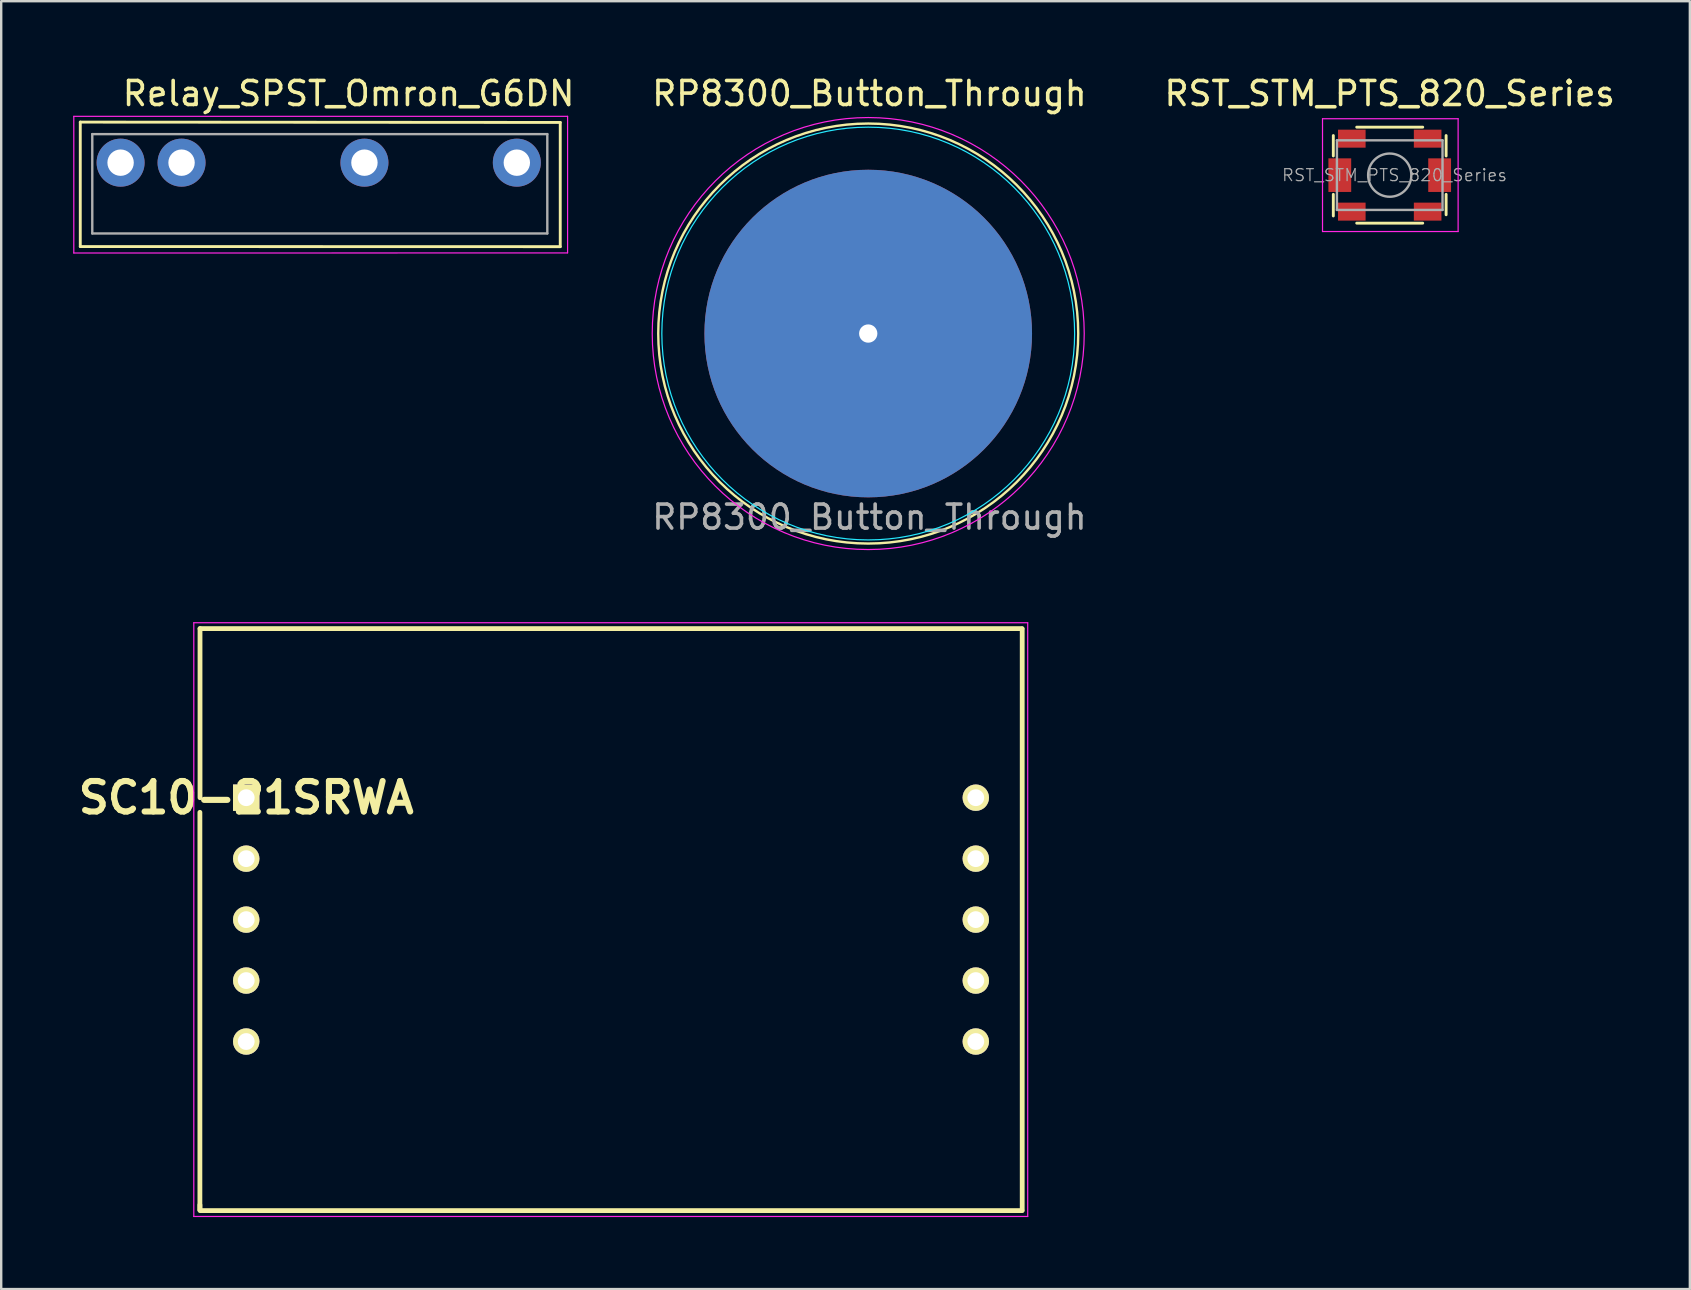
<source format=kicad_pcb>
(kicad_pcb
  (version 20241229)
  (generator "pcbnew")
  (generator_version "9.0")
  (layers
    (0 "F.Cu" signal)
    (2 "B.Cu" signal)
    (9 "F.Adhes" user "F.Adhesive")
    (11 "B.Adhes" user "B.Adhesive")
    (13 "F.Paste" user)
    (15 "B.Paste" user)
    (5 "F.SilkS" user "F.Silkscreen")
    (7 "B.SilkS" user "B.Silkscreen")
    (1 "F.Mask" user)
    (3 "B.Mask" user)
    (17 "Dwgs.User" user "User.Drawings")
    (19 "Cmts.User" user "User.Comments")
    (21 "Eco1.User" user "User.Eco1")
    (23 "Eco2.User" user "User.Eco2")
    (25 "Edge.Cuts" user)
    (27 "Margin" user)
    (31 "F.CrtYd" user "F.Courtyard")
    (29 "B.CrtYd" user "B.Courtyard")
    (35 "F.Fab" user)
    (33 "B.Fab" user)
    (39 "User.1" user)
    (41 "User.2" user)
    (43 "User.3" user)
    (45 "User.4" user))
  (footprint "SC10-21SRWA"
    (layer "F.Cu")
    (at 7.209 30.188)
    (property "Reference" "SC10-21SRWA" (at 0 0 0) (layer "F.SilkS") (effects (font (size 1.27 1.27) (thickness 0.254))))
    (attr through_hole)
    (fp_line (start -1.93 0.61) (end -1.93 17.17) (stroke (width 0.2) (type solid)) (layer "F.SilkS"))
    (fp_line (start -1.93 17.17) (end -1.93 16.967) (stroke (width 0.2) (type solid)) (layer "F.SilkS"))
    (fp_line (start -1.925 -7.045) (end -1.925 0) (stroke (width 0.2) (type solid)) (layer "F.SilkS"))
    (fp_line (start -1.925 17.205) (end 32.325 17.205) (stroke (width 0.2) (type solid)) (layer "F.SilkS"))
    (fp_line (start 32.325 -7.045) (end -1.925 -7.045) (stroke (width 0.2) (type solid)) (layer "F.SilkS"))
    (fp_line (start 32.334 17.196) (end 32.334 -7.036) (stroke (width 0.2) (type solid)) (layer "F.SilkS"))
    (fp_line (start -2.184 -7.29) (end -2.184 17.45) (stroke (width 0.05) (type solid)) (layer "F.CrtYd"))
    (fp_line (start -2.184 17.45) (end 32.563 17.45) (stroke (width 0.05) (type solid)) (layer "F.CrtYd"))
    (fp_line (start 32.563 -7.29) (end -2.184 -7.29) (stroke (width 0.05) (type solid)) (layer "F.CrtYd"))
    (fp_line (start 32.563 17.45) (end 32.563 -7.29) (stroke (width 0.05) (type solid)) (layer "F.CrtYd"))
    (pad "1" thru_hole rect (at 0 0 90) (size 1.1 1.1) (drill 0.7) (layers "*.Cu" "*.Mask" "F.SilkS"))
    (pad "2" thru_hole circle (at 0 2.54 90) (size 1.1 1.1) (drill 0.7) (layers "*.Cu" "*.Mask" "F.SilkS"))
    (pad "3" thru_hole circle (at 0 5.08 90) (size 1.1 1.1) (drill 0.7) (layers "*.Cu" "*.Mask" "F.SilkS"))
    (pad "4" thru_hole circle (at 0 7.62 90) (size 1.1 1.1) (drill 0.7) (layers "*.Cu" "*.Mask" "F.SilkS"))
    (pad "5" thru_hole circle (at 0 10.16 90) (size 1.1 1.1) (drill 0.7) (layers "*.Cu" "*.Mask" "F.SilkS"))
    (pad "6" thru_hole circle (at 30.4 10.16 90) (size 1.1 1.1) (drill 0.7) (layers "*.Cu" "*.Mask" "F.SilkS"))
    (pad "7" thru_hole circle (at 30.4 7.62 90) (size 1.1 1.1) (drill 0.7) (layers "*.Cu" "*.Mask" "F.SilkS"))
    (pad "8" thru_hole circle (at 30.4 5.08 90) (size 1.1 1.1) (drill 0.7) (layers "*.Cu" "*.Mask" "F.SilkS"))
    (pad "9" thru_hole circle (at 30.4 2.54 90) (size 1.1 1.1) (drill 0.7) (layers "*.Cu" "*.Mask" "F.SilkS"))
    (pad "10" thru_hole circle (at 30.4 0 90) (size 1.1 1.1) (drill 0.7) (layers "*.Cu" "*.Mask" "F.SilkS")))
  (footprint "Relay_SPST_Omron_G6DN"
    (layer "F.Cu")
    (at 1.955 3.738)
    (property "Reference" "Relay_SPST_Omron_G6DN" (at 9.52 -2.89 180) (layer "F.SilkS") (effects (font (size 1 1) (thickness 0.15))))
    (attr through_hole)
    (fp_line (start -1.66 -1.7) (end 18.339 -1.686) (stroke (width 0.12) (type solid)) (layer "F.SilkS"))
    (fp_line (start -1.66 3.485) (end -1.66 -1.7) (stroke (width 0.12) (type solid)) (layer "F.SilkS"))
    (fp_line (start -1.66 3.485) (end 18.339 3.49) (stroke (width 0.12) (type solid)) (layer "F.SilkS"))
    (fp_line (start 18.339 3.49) (end 18.339 -1.686) (stroke (width 0.12) (type solid)) (layer "F.SilkS"))
    (fp_line (start -1.93 -1.94) (end 18.645 -1.941) (stroke (width 0.05) (type solid)) (layer "F.CrtYd"))
    (fp_line (start -1.93 3.753) (end -1.93 -1.94) (stroke (width 0.05) (type solid)) (layer "F.CrtYd"))
    (fp_line (start 18.645 -1.941) (end 18.645 3.745) (stroke (width 0.05) (type solid)) (layer "F.CrtYd"))
    (fp_line (start 18.645 3.752) (end -1.93 3.753) (stroke (width 0.05) (type solid)) (layer "F.CrtYd"))
    (fp_line (start -1.16 -1.2) (end 17.8 -1.2) (stroke (width 0.1) (type solid)) (layer "F.Fab"))
    (fp_line (start -1.16 2.939) (end -1.16 -1.2) (stroke (width 0.1) (type solid)) (layer "F.Fab"))
    (fp_line (start 17.8 -1.2) (end 17.8 2.939) (stroke (width 0.1) (type solid)) (layer "F.Fab"))
    (fp_line (start 17.8 2.939) (end -1.16 2.939) (stroke (width 0.1) (type solid)) (layer "F.Fab"))
    (pad "1" thru_hole circle (at 0.02 -0.01 180) (size 2 2) (drill 1.1) (layers "*.Cu" "*.Mask"))
    (pad "2" thru_hole circle (at 2.56 -0.01 180) (size 2 2) (drill 1.1) (layers "*.Cu" "*.Mask"))
    (pad "3" thru_hole circle (at 10.18 -0.01 180) (size 2 2) (drill 1.1) (layers "*.Cu" "*.Mask"))
    (pad "4" thru_hole circle (at 16.53 -0.01 180) (size 2 2) (drill 1.1) (layers "*.Cu" "B.Mask")))
  (footprint "RST_STM_PTS_820_Series"
    (layer "F.Cu")
    (at 54.856 4.248)
    (property "Reference" "RST_STM_PTS_820_Series" (at 0 -3.4 0) (layer "F.SilkS") (effects (font (size 1 1) (thickness 0.15))))
    (attr smd)
    (fp_line (start -2.35 -1.65) (end -2.35 -0.8) (stroke (width 0.12) (type solid)) (layer "F.SilkS"))
    (fp_line (start -2.35 0.8) (end -2.35 1.7) (stroke (width 0.12) (type solid)) (layer "F.SilkS"))
    (fp_line (start -1.375 -2) (end 1.375 -2) (stroke (width 0.12) (type solid)) (layer "F.SilkS"))
    (fp_line (start -1.375 2) (end 1.375 2) (stroke (width 0.12) (type solid)) (layer "F.SilkS"))
    (fp_line (start 2.35 -1.65) (end 2.35 -0.8) (stroke (width 0.12) (type solid)) (layer "F.SilkS"))
    (fp_line (start 2.35 0.8) (end 2.35 1.65) (stroke (width 0.12) (type solid)) (layer "F.SilkS"))
    (fp_line (start -2.8 -2.35) (end 2.85 -2.35) (stroke (width 0.05) (type solid)) (layer "F.CrtYd"))
    (fp_line (start -2.8 2.35) (end -2.8 -2.35) (stroke (width 0.05) (type solid)) (layer "F.CrtYd"))
    (fp_line (start -2.8 2.35) (end 2.85 2.35) (stroke (width 0.05) (type solid)) (layer "F.CrtYd"))
    (fp_line (start 2.85 2.35) (end 2.85 -2.35) (stroke (width 0.05) (type solid)) (layer "F.CrtYd"))
    (fp_line (start -2.2 -1.45) (end -2.2 1.45) (stroke (width 0.1) (type solid)) (layer "F.Fab"))
    (fp_line (start -2.2 -1.45) (end 2.2 -1.45) (stroke (width 0.1) (type solid)) (layer "F.Fab"))
    (fp_line (start 2.2 -1.45) (end 2.2 1.45) (stroke (width 0.1) (type solid)) (layer "F.Fab"))
    (fp_line (start 2.2 1.45) (end -2.2 1.45) (stroke (width 0.1) (type solid)) (layer "F.Fab"))
    (fp_circle (center 0 0) (end 0.9 0) (stroke (width 0.1) (type solid)) (fill no) (layer "F.Fab"))
    (fp_text user "${REFERENCE}" (at 0.2 0 0) (layer "F.Fab") (effects (font (size 0.5 0.5) (thickness 0.05))))
    (pad "0" smd rect (at -1.58 -1.52) (size 1.15 0.75) (layers "F.Cu" "F.Mask" "F.Paste"))
    (pad "0" smd rect (at -1.58 1.52) (size 1.15 0.75) (layers "F.Cu" "F.Mask" "F.Paste"))
    (pad "0" smd rect (at 1.58 -1.52) (size 1.15 0.75) (layers "F.Cu" "F.Mask" "F.Paste"))
    (pad "0" smd rect (at 1.58 1.52) (size 1.15 0.75) (layers "F.Cu" "F.Mask" "F.Paste"))
    (pad "1" smd rect (at -2.08 0) (size 0.95 1.4) (layers "F.Cu" "F.Mask" "F.Paste"))
    (pad "2" smd rect (at 2.08 0) (size 0.95 1.4) (layers "F.Cu" "F.Mask" "F.Paste")))
  (footprint "RP8300_Button_Through"
    (layer "F.Cu")
    (at 33.127 10.848)
    (property "Reference" "RP8300_Button_Through" (at 0.05 -10 0) (layer "F.SilkS") (effects (font (size 1 1) (thickness 0.15))))
    (attr through_hole)
    (fp_circle (center 0 0) (end 8.75 0) (stroke (width 0.1) (type solid)) (fill no) (layer "F.SilkS"))
    (fp_circle (center 0 0) (end 8.6 0) (stroke (width 0.05) (type solid)) (fill no) (layer "B.CrtYd"))
    (fp_circle (center 0 0) (end 9 0) (stroke (width 0.05) (type solid)) (fill no) (layer "F.CrtYd"))
    (fp_text user "${REFERENCE}" (at 0.05 7.65 0) (layer "F.Fab") (effects (font (size 1 1) (thickness 0.15))))
    (pad "" np_thru_hole circle (at 0 0) (size 13.65 13.65) (drill 0.762) (layers "*.Cu" "*.Mask")))
  (gr_rect
    (start -3 -3)
    (end 67.362 50.663)
    (stroke (width 0.1) (type default))
    (fill no)
    (layer "Edge.Cuts")))
</source>
